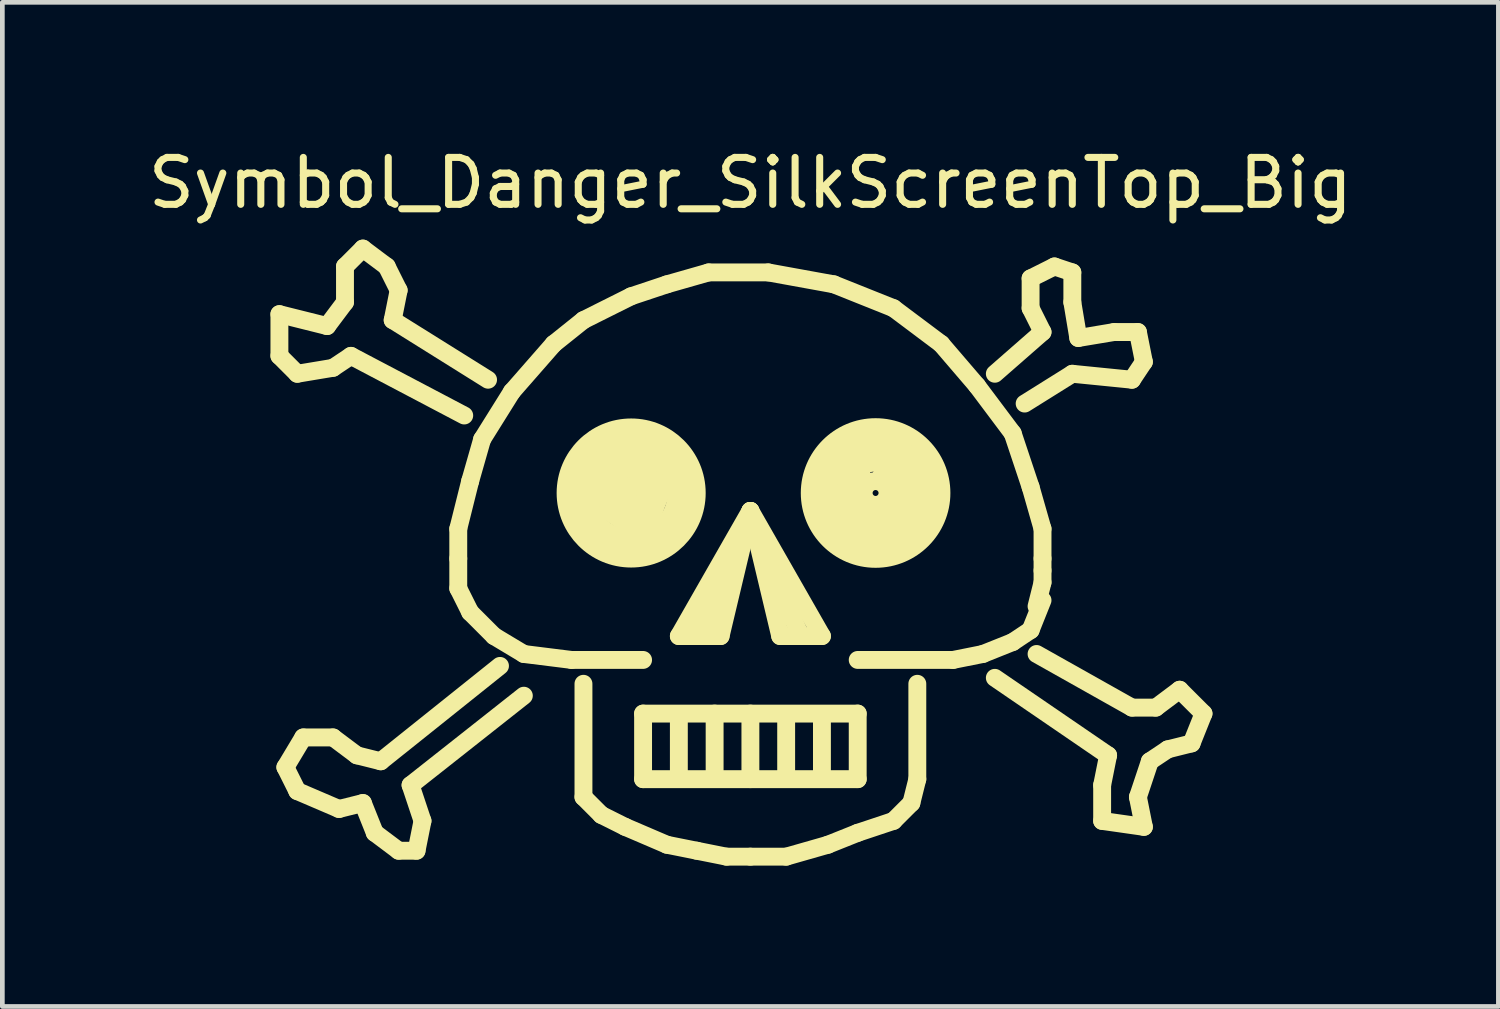
<source format=kicad_pcb>
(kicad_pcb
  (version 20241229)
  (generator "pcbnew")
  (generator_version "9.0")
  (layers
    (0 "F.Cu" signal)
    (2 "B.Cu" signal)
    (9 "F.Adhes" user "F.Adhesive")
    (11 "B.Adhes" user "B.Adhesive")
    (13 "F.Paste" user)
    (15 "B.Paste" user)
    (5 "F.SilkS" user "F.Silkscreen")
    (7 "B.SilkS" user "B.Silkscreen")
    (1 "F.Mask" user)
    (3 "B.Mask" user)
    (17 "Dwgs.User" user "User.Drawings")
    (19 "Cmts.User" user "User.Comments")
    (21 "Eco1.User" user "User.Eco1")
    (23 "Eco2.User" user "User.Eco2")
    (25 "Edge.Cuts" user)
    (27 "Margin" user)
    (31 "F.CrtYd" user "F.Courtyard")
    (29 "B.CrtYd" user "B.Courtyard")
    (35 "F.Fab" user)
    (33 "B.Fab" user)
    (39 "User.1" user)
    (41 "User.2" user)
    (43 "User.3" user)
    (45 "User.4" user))
  (footprint "Symbol_Danger_SilkScreenTop_Big"
    (layer "F.Cu")
    (at 12.935 8.976)
    (property "Reference" "Symbol_Danger_SilkScreenTop_Big" (at 0 -8.128 0) (layer "F.SilkS") (effects (font (size 1 1) (thickness 0.15))))
    (attr exclude_from_pos_files exclude_from_bom)
    (fp_line (start -10.033 -5.334) (end -10.033 -4.445) (stroke (width 0.381) (type solid)) (layer "F.SilkS"))
    (fp_line (start -10.033 -4.445) (end -9.652 -4.064) (stroke (width 0.381) (type solid)) (layer "F.SilkS"))
    (fp_line (start -9.906 4.318) (end -9.652 4.826) (stroke (width 0.381) (type solid)) (layer "F.SilkS"))
    (fp_line (start -9.652 -4.064) (end -8.89 -4.191) (stroke (width 0.381) (type solid)) (layer "F.SilkS"))
    (fp_line (start -9.652 4.826) (end -8.763 5.207) (stroke (width 0.381) (type solid)) (layer "F.SilkS"))
    (fp_line (start -9.525 3.683) (end -9.906 4.318) (stroke (width 0.381) (type solid)) (layer "F.SilkS"))
    (fp_line (start -9.017 -5.08) (end -10.033 -5.334) (stroke (width 0.381) (type solid)) (layer "F.SilkS"))
    (fp_line (start -8.89 -4.191) (end -8.509 -4.445) (stroke (width 0.381) (type solid)) (layer "F.SilkS"))
    (fp_line (start -8.89 3.683) (end -9.525 3.683) (stroke (width 0.381) (type solid)) (layer "F.SilkS"))
    (fp_line (start -8.763 5.207) (end -8.255 5.08) (stroke (width 0.381) (type solid)) (layer "F.SilkS"))
    (fp_line (start -8.636 -6.35) (end -8.636 -5.588) (stroke (width 0.381) (type solid)) (layer "F.SilkS"))
    (fp_line (start -8.636 -5.588) (end -9.017 -5.08) (stroke (width 0.381) (type solid)) (layer "F.SilkS"))
    (fp_line (start -8.509 -4.445) (end -6.096 -3.175) (stroke (width 0.381) (type solid)) (layer "F.SilkS"))
    (fp_line (start -8.382 4.064) (end -8.89 3.683) (stroke (width 0.381) (type solid)) (layer "F.SilkS"))
    (fp_line (start -8.255 -6.731) (end -8.636 -6.35) (stroke (width 0.381) (type solid)) (layer "F.SilkS"))
    (fp_line (start -8.255 5.08) (end -8.001 5.715) (stroke (width 0.381) (type solid)) (layer "F.SilkS"))
    (fp_line (start -8.001 5.715) (end -7.493 6.096) (stroke (width 0.381) (type solid)) (layer "F.SilkS"))
    (fp_line (start -7.874 4.191) (end -8.382 4.064) (stroke (width 0.381) (type solid)) (layer "F.SilkS"))
    (fp_line (start -7.747 -6.35) (end -8.255 -6.731) (stroke (width 0.381) (type solid)) (layer "F.SilkS"))
    (fp_line (start -7.62 -5.207) (end -7.493 -5.842) (stroke (width 0.381) (type solid)) (layer "F.SilkS"))
    (fp_line (start -7.493 -5.842) (end -7.747 -6.35) (stroke (width 0.381) (type solid)) (layer "F.SilkS"))
    (fp_line (start -7.493 6.096) (end -7.112 6.096) (stroke (width 0.381) (type solid)) (layer "F.SilkS"))
    (fp_line (start -7.239 4.699) (end -4.826 2.794) (stroke (width 0.381) (type solid)) (layer "F.SilkS"))
    (fp_line (start -7.112 6.096) (end -6.985 5.461) (stroke (width 0.381) (type solid)) (layer "F.SilkS"))
    (fp_line (start -6.985 5.461) (end -7.239 4.699) (stroke (width 0.381) (type solid)) (layer "F.SilkS"))
    (fp_line (start -6.223 -0.762) (end -5.969 -1.778) (stroke (width 0.381) (type solid)) (layer "F.SilkS"))
    (fp_line (start -6.223 -0.127) (end -6.223 -0.762) (stroke (width 0.381) (type solid)) (layer "F.SilkS"))
    (fp_line (start -6.223 0.508) (end -6.223 -0.127) (stroke (width 0.381) (type solid)) (layer "F.SilkS"))
    (fp_line (start -5.969 -1.778) (end -5.715 -2.667) (stroke (width 0.381) (type solid)) (layer "F.SilkS"))
    (fp_line (start -5.969 1.016) (end -6.223 0.508) (stroke (width 0.381) (type solid)) (layer "F.SilkS"))
    (fp_line (start -5.715 -2.667) (end -5.08 -3.683) (stroke (width 0.381) (type solid)) (layer "F.SilkS"))
    (fp_line (start -5.588 -3.937) (end -7.62 -5.207) (stroke (width 0.381) (type solid)) (layer "F.SilkS"))
    (fp_line (start -5.461 1.524) (end -5.969 1.016) (stroke (width 0.381) (type solid)) (layer "F.SilkS"))
    (fp_line (start -5.334 2.159) (end -7.874 4.191) (stroke (width 0.381) (type solid)) (layer "F.SilkS"))
    (fp_line (start -5.08 -3.683) (end -4.191 -4.699) (stroke (width 0.381) (type solid)) (layer "F.SilkS"))
    (fp_line (start -4.826 1.905) (end -5.461 1.524) (stroke (width 0.381) (type solid)) (layer "F.SilkS"))
    (fp_line (start -4.191 -4.699) (end -3.556 -5.207) (stroke (width 0.381) (type solid)) (layer "F.SilkS"))
    (fp_line (start -3.81 2.032) (end -4.826 1.905) (stroke (width 0.381) (type solid)) (layer "F.SilkS"))
    (fp_line (start -3.683 -1.905) (end -3.683 -1.27) (stroke (width 0.381) (type solid)) (layer "F.SilkS"))
    (fp_line (start -3.683 -1.27) (end -3.429 -0.762) (stroke (width 0.381) (type solid)) (layer "F.SilkS"))
    (fp_line (start -3.556 -5.207) (end -2.54 -5.715) (stroke (width 0.381) (type solid)) (layer "F.SilkS"))
    (fp_line (start -3.556 2.54) (end -3.556 4.953) (stroke (width 0.381) (type solid)) (layer "F.SilkS"))
    (fp_line (start -3.556 4.953) (end -3.175 5.334) (stroke (width 0.381) (type solid)) (layer "F.SilkS"))
    (fp_line (start -3.429 -0.762) (end -3.048 -0.508) (stroke (width 0.381) (type solid)) (layer "F.SilkS"))
    (fp_line (start -3.302 -1.524) (end -3.048 -1.143) (stroke (width 0.381) (type solid)) (layer "F.SilkS"))
    (fp_line (start -3.175 -2.413) (end -3.683 -1.905) (stroke (width 0.381) (type solid)) (layer "F.SilkS"))
    (fp_line (start -3.175 5.334) (end -2.667 5.588) (stroke (width 0.381) (type solid)) (layer "F.SilkS"))
    (fp_line (start -3.048 -1.143) (end -2.667 -0.889) (stroke (width 0.381) (type solid)) (layer "F.SilkS"))
    (fp_line (start -3.048 -0.508) (end -2.54 -0.381) (stroke (width 0.381) (type solid)) (layer "F.SilkS"))
    (fp_line (start -2.921 -2.032) (end -3.302 -1.524) (stroke (width 0.381) (type solid)) (layer "F.SilkS"))
    (fp_line (start -2.794 -1.397) (end -2.413 -1.27) (stroke (width 0.381) (type solid)) (layer "F.SilkS"))
    (fp_line (start -2.667 -2.667) (end -3.175 -2.413) (stroke (width 0.381) (type solid)) (layer "F.SilkS"))
    (fp_line (start -2.667 -0.889) (end -2.159 -0.889) (stroke (width 0.381) (type solid)) (layer "F.SilkS"))
    (fp_line (start -2.667 5.588) (end -1.778 5.969) (stroke (width 0.381) (type solid)) (layer "F.SilkS"))
    (fp_line (start -2.54 -5.715) (end -1.778 -5.969) (stroke (width 0.381) (type solid)) (layer "F.SilkS"))
    (fp_line (start -2.54 -2.667) (end -2.921 -2.032) (stroke (width 0.381) (type solid)) (layer "F.SilkS"))
    (fp_line (start -2.54 -2.286) (end -2.794 -1.397) (stroke (width 0.381) (type solid)) (layer "F.SilkS"))
    (fp_line (start -2.54 -0.381) (end -1.778 -0.635) (stroke (width 0.381) (type solid)) (layer "F.SilkS"))
    (fp_line (start -2.413 -1.27) (end -2.413 -1.778) (stroke (width 0.381) (type solid)) (layer "F.SilkS"))
    (fp_line (start -2.286 2.032) (end -3.81 2.032) (stroke (width 0.381) (type solid)) (layer "F.SilkS"))
    (fp_line (start -2.286 3.175) (end 2.286 3.175) (stroke (width 0.381) (type solid)) (layer "F.SilkS"))
    (fp_line (start -2.286 4.572) (end -2.286 3.175) (stroke (width 0.381) (type solid)) (layer "F.SilkS"))
    (fp_line (start -2.159 -0.889) (end -1.905 -1.524) (stroke (width 0.381) (type solid)) (layer "F.SilkS"))
    (fp_line (start -2.032 -2.667) (end -2.54 -2.667) (stroke (width 0.381) (type solid)) (layer "F.SilkS"))
    (fp_line (start -2.032 -2.032) (end -2.54 -2.286) (stroke (width 0.381) (type solid)) (layer "F.SilkS"))
    (fp_line (start -1.905 -1.524) (end -2.032 -2.032) (stroke (width 0.381) (type solid)) (layer "F.SilkS"))
    (fp_line (start -1.778 -5.969) (end -0.889 -6.223) (stroke (width 0.381) (type solid)) (layer "F.SilkS"))
    (fp_line (start -1.778 -0.635) (end -1.397 -1.27) (stroke (width 0.381) (type solid)) (layer "F.SilkS"))
    (fp_line (start -1.778 5.969) (end -1.143 6.096) (stroke (width 0.381) (type solid)) (layer "F.SilkS"))
    (fp_line (start -1.651 -2.159) (end -2.032 -2.667) (stroke (width 0.381) (type solid)) (layer "F.SilkS"))
    (fp_line (start -1.524 1.524) (end 0 -1.143) (stroke (width 0.381) (type solid)) (layer "F.SilkS"))
    (fp_line (start -1.524 3.302) (end -1.524 4.445) (stroke (width 0.381) (type solid)) (layer "F.SilkS"))
    (fp_line (start -1.397 -1.905) (end -1.651 -2.159) (stroke (width 0.381) (type solid)) (layer "F.SilkS"))
    (fp_line (start -1.397 -1.27) (end -1.397 -1.905) (stroke (width 0.381) (type solid)) (layer "F.SilkS"))
    (fp_line (start -1.143 6.096) (end -0.508 6.223) (stroke (width 0.381) (type solid)) (layer "F.SilkS"))
    (fp_line (start -1.016 1.397) (end -0.635 0.762) (stroke (width 0.381) (type solid)) (layer "F.SilkS"))
    (fp_line (start -0.889 -6.223) (end 0.381 -6.223) (stroke (width 0.381) (type solid)) (layer "F.SilkS"))
    (fp_line (start -0.762 3.175) (end -0.762 4.445) (stroke (width 0.381) (type solid)) (layer "F.SilkS"))
    (fp_line (start -0.635 1.524) (end -1.524 1.524) (stroke (width 0.381) (type solid)) (layer "F.SilkS"))
    (fp_line (start -0.508 6.223) (end 0 6.223) (stroke (width 0.381) (type solid)) (layer "F.SilkS"))
    (fp_line (start -0.381 -0.254) (end -1.143 1.27) (stroke (width 0.381) (type solid)) (layer "F.SilkS"))
    (fp_line (start 0 -1.143) (end -0.635 1.524) (stroke (width 0.381) (type solid)) (layer "F.SilkS"))
    (fp_line (start 0 -1.143) (end 1.524 1.524) (stroke (width 0.381) (type solid)) (layer "F.SilkS"))
    (fp_line (start 0 3.175) (end 0 4.572) (stroke (width 0.381) (type solid)) (layer "F.SilkS"))
    (fp_line (start 0.381 -6.223) (end 1.778 -5.969) (stroke (width 0.381) (type solid)) (layer "F.SilkS"))
    (fp_line (start 0.381 0) (end 1.016 1.397) (stroke (width 0.381) (type solid)) (layer "F.SilkS"))
    (fp_line (start 0.635 1.524) (end 0 -1.143) (stroke (width 0.381) (type solid)) (layer "F.SilkS"))
    (fp_line (start 0.762 3.302) (end 0.762 4.445) (stroke (width 0.381) (type solid)) (layer "F.SilkS"))
    (fp_line (start 0.762 6.223) (end 0 6.223) (stroke (width 0.381) (type solid)) (layer "F.SilkS"))
    (fp_line (start 1.524 1.524) (end 0.635 1.524) (stroke (width 0.381) (type solid)) (layer "F.SilkS"))
    (fp_line (start 1.524 3.302) (end 1.524 4.445) (stroke (width 0.381) (type solid)) (layer "F.SilkS"))
    (fp_line (start 1.651 5.969) (end 0.762 6.223) (stroke (width 0.381) (type solid)) (layer "F.SilkS"))
    (fp_line (start 1.778 -5.969) (end 3.048 -5.461) (stroke (width 0.381) (type solid)) (layer "F.SilkS"))
    (fp_line (start 1.778 -1.143) (end 2.54 -0.762) (stroke (width 0.381) (type solid)) (layer "F.SilkS"))
    (fp_line (start 2.159 -2.286) (end 1.778 -1.143) (stroke (width 0.381) (type solid)) (layer "F.SilkS"))
    (fp_line (start 2.286 -1.524) (end 2.413 -1.143) (stroke (width 0.381) (type solid)) (layer "F.SilkS"))
    (fp_line (start 2.286 2.032) (end 4.318 2.032) (stroke (width 0.381) (type solid)) (layer "F.SilkS"))
    (fp_line (start 2.286 3.175) (end 2.286 4.572) (stroke (width 0.381) (type solid)) (layer "F.SilkS"))
    (fp_line (start 2.286 4.572) (end -2.286 4.572) (stroke (width 0.381) (type solid)) (layer "F.SilkS"))
    (fp_line (start 2.286 5.715) (end 1.651 5.969) (stroke (width 0.381) (type solid)) (layer "F.SilkS"))
    (fp_line (start 2.413 -2.286) (end 2.286 -1.524) (stroke (width 0.381) (type solid)) (layer "F.SilkS"))
    (fp_line (start 2.413 -1.143) (end 2.794 -1.143) (stroke (width 0.381) (type solid)) (layer "F.SilkS"))
    (fp_line (start 2.54 -0.762) (end 3.175 -0.762) (stroke (width 0.381) (type solid)) (layer "F.SilkS"))
    (fp_line (start 2.794 -1.143) (end 3.048 -1.524) (stroke (width 0.381) (type solid)) (layer "F.SilkS"))
    (fp_line (start 3.048 -5.461) (end 4.064 -4.699) (stroke (width 0.381) (type solid)) (layer "F.SilkS"))
    (fp_line (start 3.048 -2.286) (end 2.413 -2.286) (stroke (width 0.381) (type solid)) (layer "F.SilkS"))
    (fp_line (start 3.048 -1.524) (end 2.794 -1.905) (stroke (width 0.381) (type solid)) (layer "F.SilkS"))
    (fp_line (start 3.048 5.461) (end 2.286 5.715) (stroke (width 0.381) (type solid)) (layer "F.SilkS"))
    (fp_line (start 3.175 -0.762) (end 3.556 -1.397) (stroke (width 0.381) (type solid)) (layer "F.SilkS"))
    (fp_line (start 3.429 -1.905) (end 3.048 -2.286) (stroke (width 0.381) (type solid)) (layer "F.SilkS"))
    (fp_line (start 3.429 5.08) (end 3.048 5.461) (stroke (width 0.381) (type solid)) (layer "F.SilkS"))
    (fp_line (start 3.556 -1.397) (end 3.429 -1.905) (stroke (width 0.381) (type solid)) (layer "F.SilkS"))
    (fp_line (start 3.556 2.54) (end 3.556 4.572) (stroke (width 0.381) (type solid)) (layer "F.SilkS"))
    (fp_line (start 3.556 4.572) (end 3.429 5.08) (stroke (width 0.381) (type solid)) (layer "F.SilkS"))
    (fp_line (start 4.064 -4.699) (end 4.826 -3.81) (stroke (width 0.381) (type solid)) (layer "F.SilkS"))
    (fp_line (start 4.318 2.032) (end 4.953 1.905) (stroke (width 0.381) (type solid)) (layer "F.SilkS"))
    (fp_line (start 4.826 -3.81) (end 5.588 -2.794) (stroke (width 0.381) (type solid)) (layer "F.SilkS"))
    (fp_line (start 4.953 1.905) (end 5.588 1.651) (stroke (width 0.381) (type solid)) (layer "F.SilkS"))
    (fp_line (start 5.207 -4.064) (end 6.223 -4.953) (stroke (width 0.381) (type solid)) (layer "F.SilkS"))
    (fp_line (start 5.588 -2.794) (end 5.969 -1.651) (stroke (width 0.381) (type solid)) (layer "F.SilkS"))
    (fp_line (start 5.588 1.651) (end 5.969 1.397) (stroke (width 0.381) (type solid)) (layer "F.SilkS"))
    (fp_line (start 5.969 -6.096) (end 6.477 -6.35) (stroke (width 0.381) (type solid)) (layer "F.SilkS"))
    (fp_line (start 5.969 -5.461) (end 5.969 -6.096) (stroke (width 0.381) (type solid)) (layer "F.SilkS"))
    (fp_line (start 5.969 -1.651) (end 6.223 -0.762) (stroke (width 0.381) (type solid)) (layer "F.SilkS"))
    (fp_line (start 5.969 1.397) (end 6.223 0.762) (stroke (width 0.381) (type solid)) (layer "F.SilkS"))
    (fp_line (start 6.096 1.905) (end 8.128 3.048) (stroke (width 0.381) (type solid)) (layer "F.SilkS"))
    (fp_line (start 6.223 -4.953) (end 5.969 -5.461) (stroke (width 0.381) (type solid)) (layer "F.SilkS"))
    (fp_line (start 6.223 -0.762) (end 6.223 -0.127) (stroke (width 0.381) (type solid)) (layer "F.SilkS"))
    (fp_line (start 6.223 -0.127) (end 6.223 0.127) (stroke (width 0.381) (type solid)) (layer "F.SilkS"))
    (fp_line (start 6.223 0.127) (end 6.223 0.381) (stroke (width 0.381) (type solid)) (layer "F.SilkS"))
    (fp_line (start 6.223 0.381) (end 6.096 0.889) (stroke (width 0.381) (type solid)) (layer "F.SilkS"))
    (fp_line (start 6.477 -6.35) (end 6.858 -6.223) (stroke (width 0.381) (type solid)) (layer "F.SilkS"))
    (fp_line (start 6.858 -6.223) (end 6.858 -5.588) (stroke (width 0.381) (type solid)) (layer "F.SilkS"))
    (fp_line (start 6.858 -5.588) (end 6.985 -4.826) (stroke (width 0.381) (type solid)) (layer "F.SilkS"))
    (fp_line (start 6.858 -4.064) (end 5.842 -3.429) (stroke (width 0.381) (type solid)) (layer "F.SilkS"))
    (fp_line (start 6.985 -4.826) (end 7.747 -4.953) (stroke (width 0.381) (type solid)) (layer "F.SilkS"))
    (fp_line (start 7.493 4.699) (end 7.62 4.064) (stroke (width 0.381) (type solid)) (layer "F.SilkS"))
    (fp_line (start 7.493 5.461) (end 7.493 4.699) (stroke (width 0.381) (type solid)) (layer "F.SilkS"))
    (fp_line (start 7.62 4.064) (end 5.207 2.413) (stroke (width 0.381) (type solid)) (layer "F.SilkS"))
    (fp_line (start 7.747 -4.953) (end 8.255 -4.953) (stroke (width 0.381) (type solid)) (layer "F.SilkS"))
    (fp_line (start 8.128 -3.937) (end 6.858 -4.064) (stroke (width 0.381) (type solid)) (layer "F.SilkS"))
    (fp_line (start 8.128 3.048) (end 8.636 3.048) (stroke (width 0.381) (type solid)) (layer "F.SilkS"))
    (fp_line (start 8.255 -4.953) (end 8.382 -4.318) (stroke (width 0.381) (type solid)) (layer "F.SilkS"))
    (fp_line (start 8.255 4.953) (end 8.382 5.588) (stroke (width 0.381) (type solid)) (layer "F.SilkS"))
    (fp_line (start 8.382 -4.318) (end 8.128 -3.937) (stroke (width 0.381) (type solid)) (layer "F.SilkS"))
    (fp_line (start 8.382 5.588) (end 7.493 5.461) (stroke (width 0.381) (type solid)) (layer "F.SilkS"))
    (fp_line (start 8.509 4.191) (end 8.255 4.953) (stroke (width 0.381) (type solid)) (layer "F.SilkS"))
    (fp_line (start 8.636 3.048) (end 9.144 2.667) (stroke (width 0.381) (type solid)) (layer "F.SilkS"))
    (fp_line (start 8.89 3.937) (end 8.509 4.191) (stroke (width 0.381) (type solid)) (layer "F.SilkS"))
    (fp_line (start 9.144 2.667) (end 9.652 3.175) (stroke (width 0.381) (type solid)) (layer "F.SilkS"))
    (fp_line (start 9.398 3.81) (end 8.89 3.937) (stroke (width 0.381) (type solid)) (layer "F.SilkS"))
    (fp_line (start 9.652 3.175) (end 9.398 3.81) (stroke (width 0.381) (type solid)) (layer "F.SilkS"))
    (fp_circle (center -2.54 -1.524) (end -2.54 -1.397) (stroke (width 0.381) (type solid)) (fill no) (layer "F.SilkS"))
    (fp_circle (center -2.54 -1.524) (end -2.54 -0.127) (stroke (width 0.381) (type solid)) (fill no) (layer "F.SilkS"))
    (fp_circle (center -2.54 -1.524) (end -2.413 -1.016) (stroke (width 0.381) (type solid)) (fill no) (layer "F.SilkS"))
    (fp_circle (center -2.54 -1.524) (end -2.159 -0.635) (stroke (width 0.381) (type solid)) (fill no) (layer "F.SilkS"))
    (fp_circle (center 2.667 -1.524) (end 2.667 -1.27) (stroke (width 0.381) (type solid)) (fill no) (layer "F.SilkS"))
    (fp_circle (center 2.667 -1.524) (end 2.794 -0.889) (stroke (width 0.381) (type solid)) (fill no) (layer "F.SilkS"))
    (fp_circle (center 2.667 -1.524) (end 2.794 -0.127) (stroke (width 0.381) (type solid)) (fill no) (layer "F.SilkS"))
    (fp_circle (center 2.667 -1.524) (end 3.048 -0.508) (stroke (width 0.381) (type solid)) (fill no) (layer "F.SilkS")))
  (gr_rect
    (start -3 -3)
    (end 28.869 18.39)
    (stroke (width 0.1) (type default))
    (fill no)
    (layer "Edge.Cuts")))
</source>
